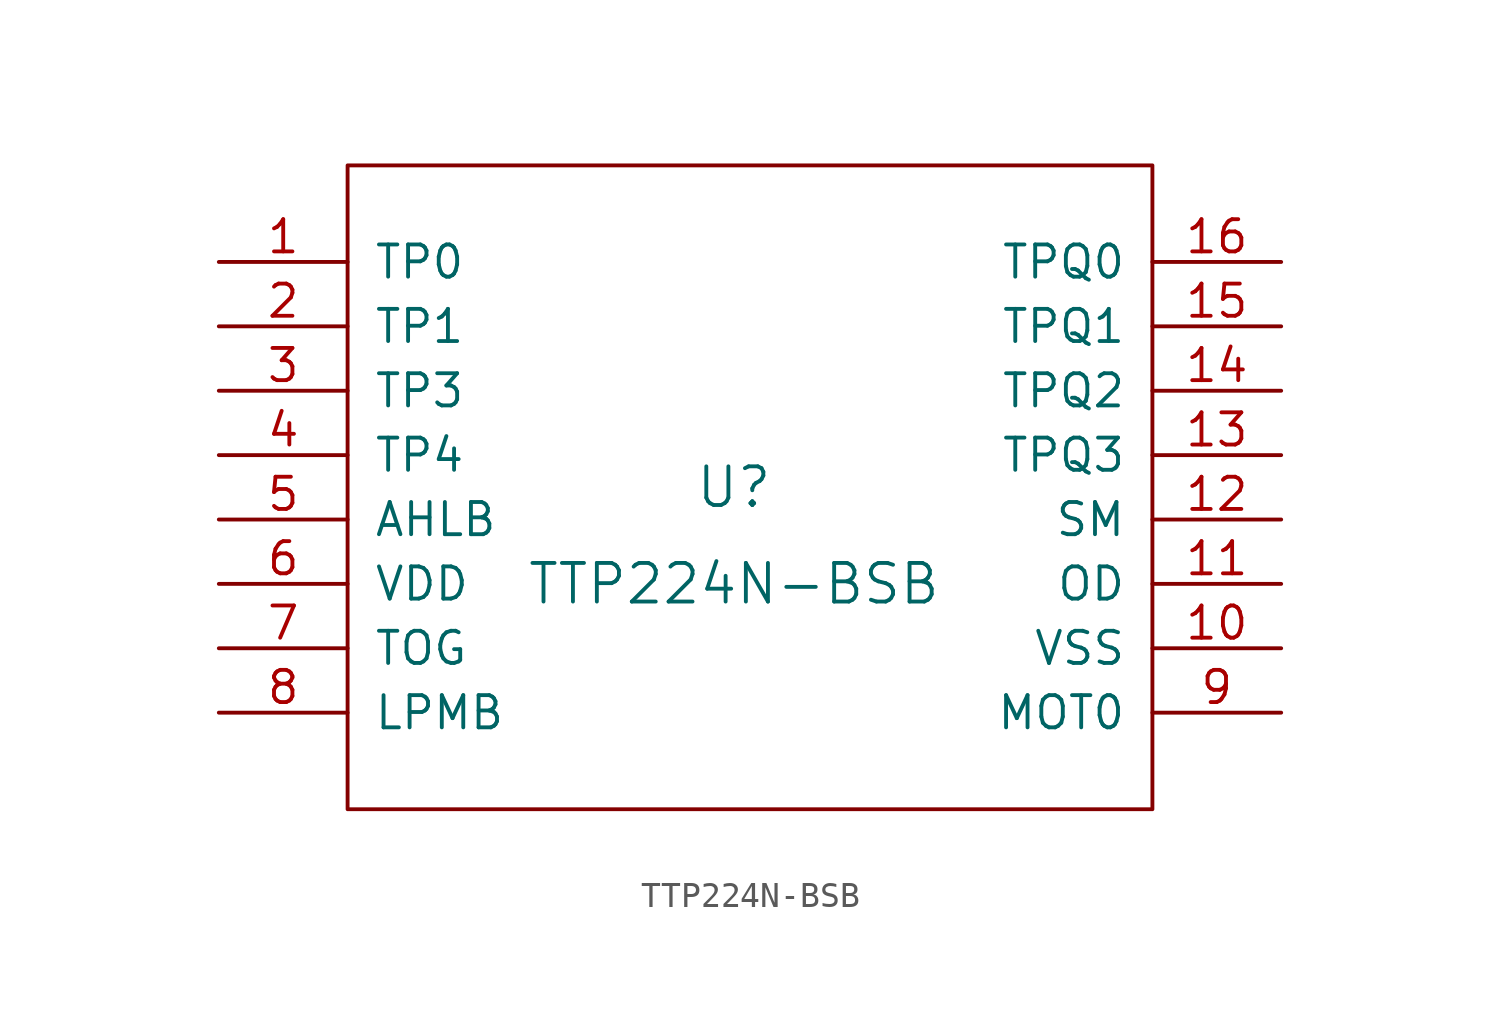
<source format=kicad_sym>
(kicad_symbol_lib
  (version 20211014)
  (generator kicad_symbol_editor)
  (symbol "TTP224N-BSB"
    (pin_names
      (offset 1.016))
    (property "Reference" "U"
      (at 0 0 0)
      (effects (font (size 1.524 1.524))))
    (property "Value" "TTP224N-BSB"
      (at 0 -3.81 0)
      (effects (font (size 1.524 1.524))))
    (symbol "TTP224N-BSB_0_1"
      (rectangle (start -15.24 12.7) (end 16.51 -12.7) (stroke (width 0) (type default) (color 0 0 0 0)) (fill (type none))))
    (symbol "TTP224N-BSB_1_1"
      (pin bidirectional line (at -20.32 8.89 0) (length 5.08) (name "TP0" (effects (font (size 1.27 1.27)))) (number "1" (effects (font (size 1.27 1.27)))))
      (pin power_in line (at 21.59 -6.35 180) (length 5.08) (name "VSS" (effects (font (size 1.27 1.27)))) (number "10" (effects (font (size 1.27 1.27)))))
      (pin input line (at 21.59 -3.81 180) (length 5.08) (name "OD" (effects (font (size 1.27 1.27)))) (number "11" (effects (font (size 1.27 1.27)))))
      (pin input line (at 21.59 -1.27 180) (length 5.08) (name "SM" (effects (font (size 1.27 1.27)))) (number "12" (effects (font (size 1.27 1.27)))))
      (pin output line (at 21.59 1.27 180) (length 5.08) (name "TPQ3" (effects (font (size 1.27 1.27)))) (number "13" (effects (font (size 1.27 1.27)))))
      (pin output line (at 21.59 3.81 180) (length 5.08) (name "TPQ2" (effects (font (size 1.27 1.27)))) (number "14" (effects (font (size 1.27 1.27)))))
      (pin output line (at 21.59 6.35 180) (length 5.08) (name "TPQ1" (effects (font (size 1.27 1.27)))) (number "15" (effects (font (size 1.27 1.27)))))
      (pin output line (at 21.59 8.89 180) (length 5.08) (name "TPQ0" (effects (font (size 1.27 1.27)))) (number "16" (effects (font (size 1.27 1.27)))))
      (pin bidirectional line (at -20.32 6.35 0) (length 5.08) (name "TP1" (effects (font (size 1.27 1.27)))) (number "2" (effects (font (size 1.27 1.27)))))
      (pin bidirectional line (at -20.32 3.81 0) (length 5.08) (name "TP3" (effects (font (size 1.27 1.27)))) (number "3" (effects (font (size 1.27 1.27)))))
      (pin bidirectional line (at -20.32 1.27 0) (length 5.08) (name "TP4" (effects (font (size 1.27 1.27)))) (number "4" (effects (font (size 1.27 1.27)))))
      (pin input line (at -20.32 -1.27 0) (length 5.08) (name "AHLB" (effects (font (size 1.27 1.27)))) (number "5" (effects (font (size 1.27 1.27)))))
      (pin power_in line (at -20.32 -3.81 0) (length 5.08) (name "VDD" (effects (font (size 1.27 1.27)))) (number "6" (effects (font (size 1.27 1.27)))))
      (pin input line (at -20.32 -6.35 0) (length 5.08) (name "TOG" (effects (font (size 1.27 1.27)))) (number "7" (effects (font (size 1.27 1.27)))))
      (pin input line (at -20.32 -8.89 0) (length 5.08) (name "LPMB" (effects (font (size 1.27 1.27)))) (number "8" (effects (font (size 1.27 1.27)))))
      (pin input line (at 21.59 -8.89 180) (length 5.08) (name "MOT0" (effects (font (size 1.27 1.27)))) (number "9" (effects (font (size 1.27 1.27))))))))
</source>
